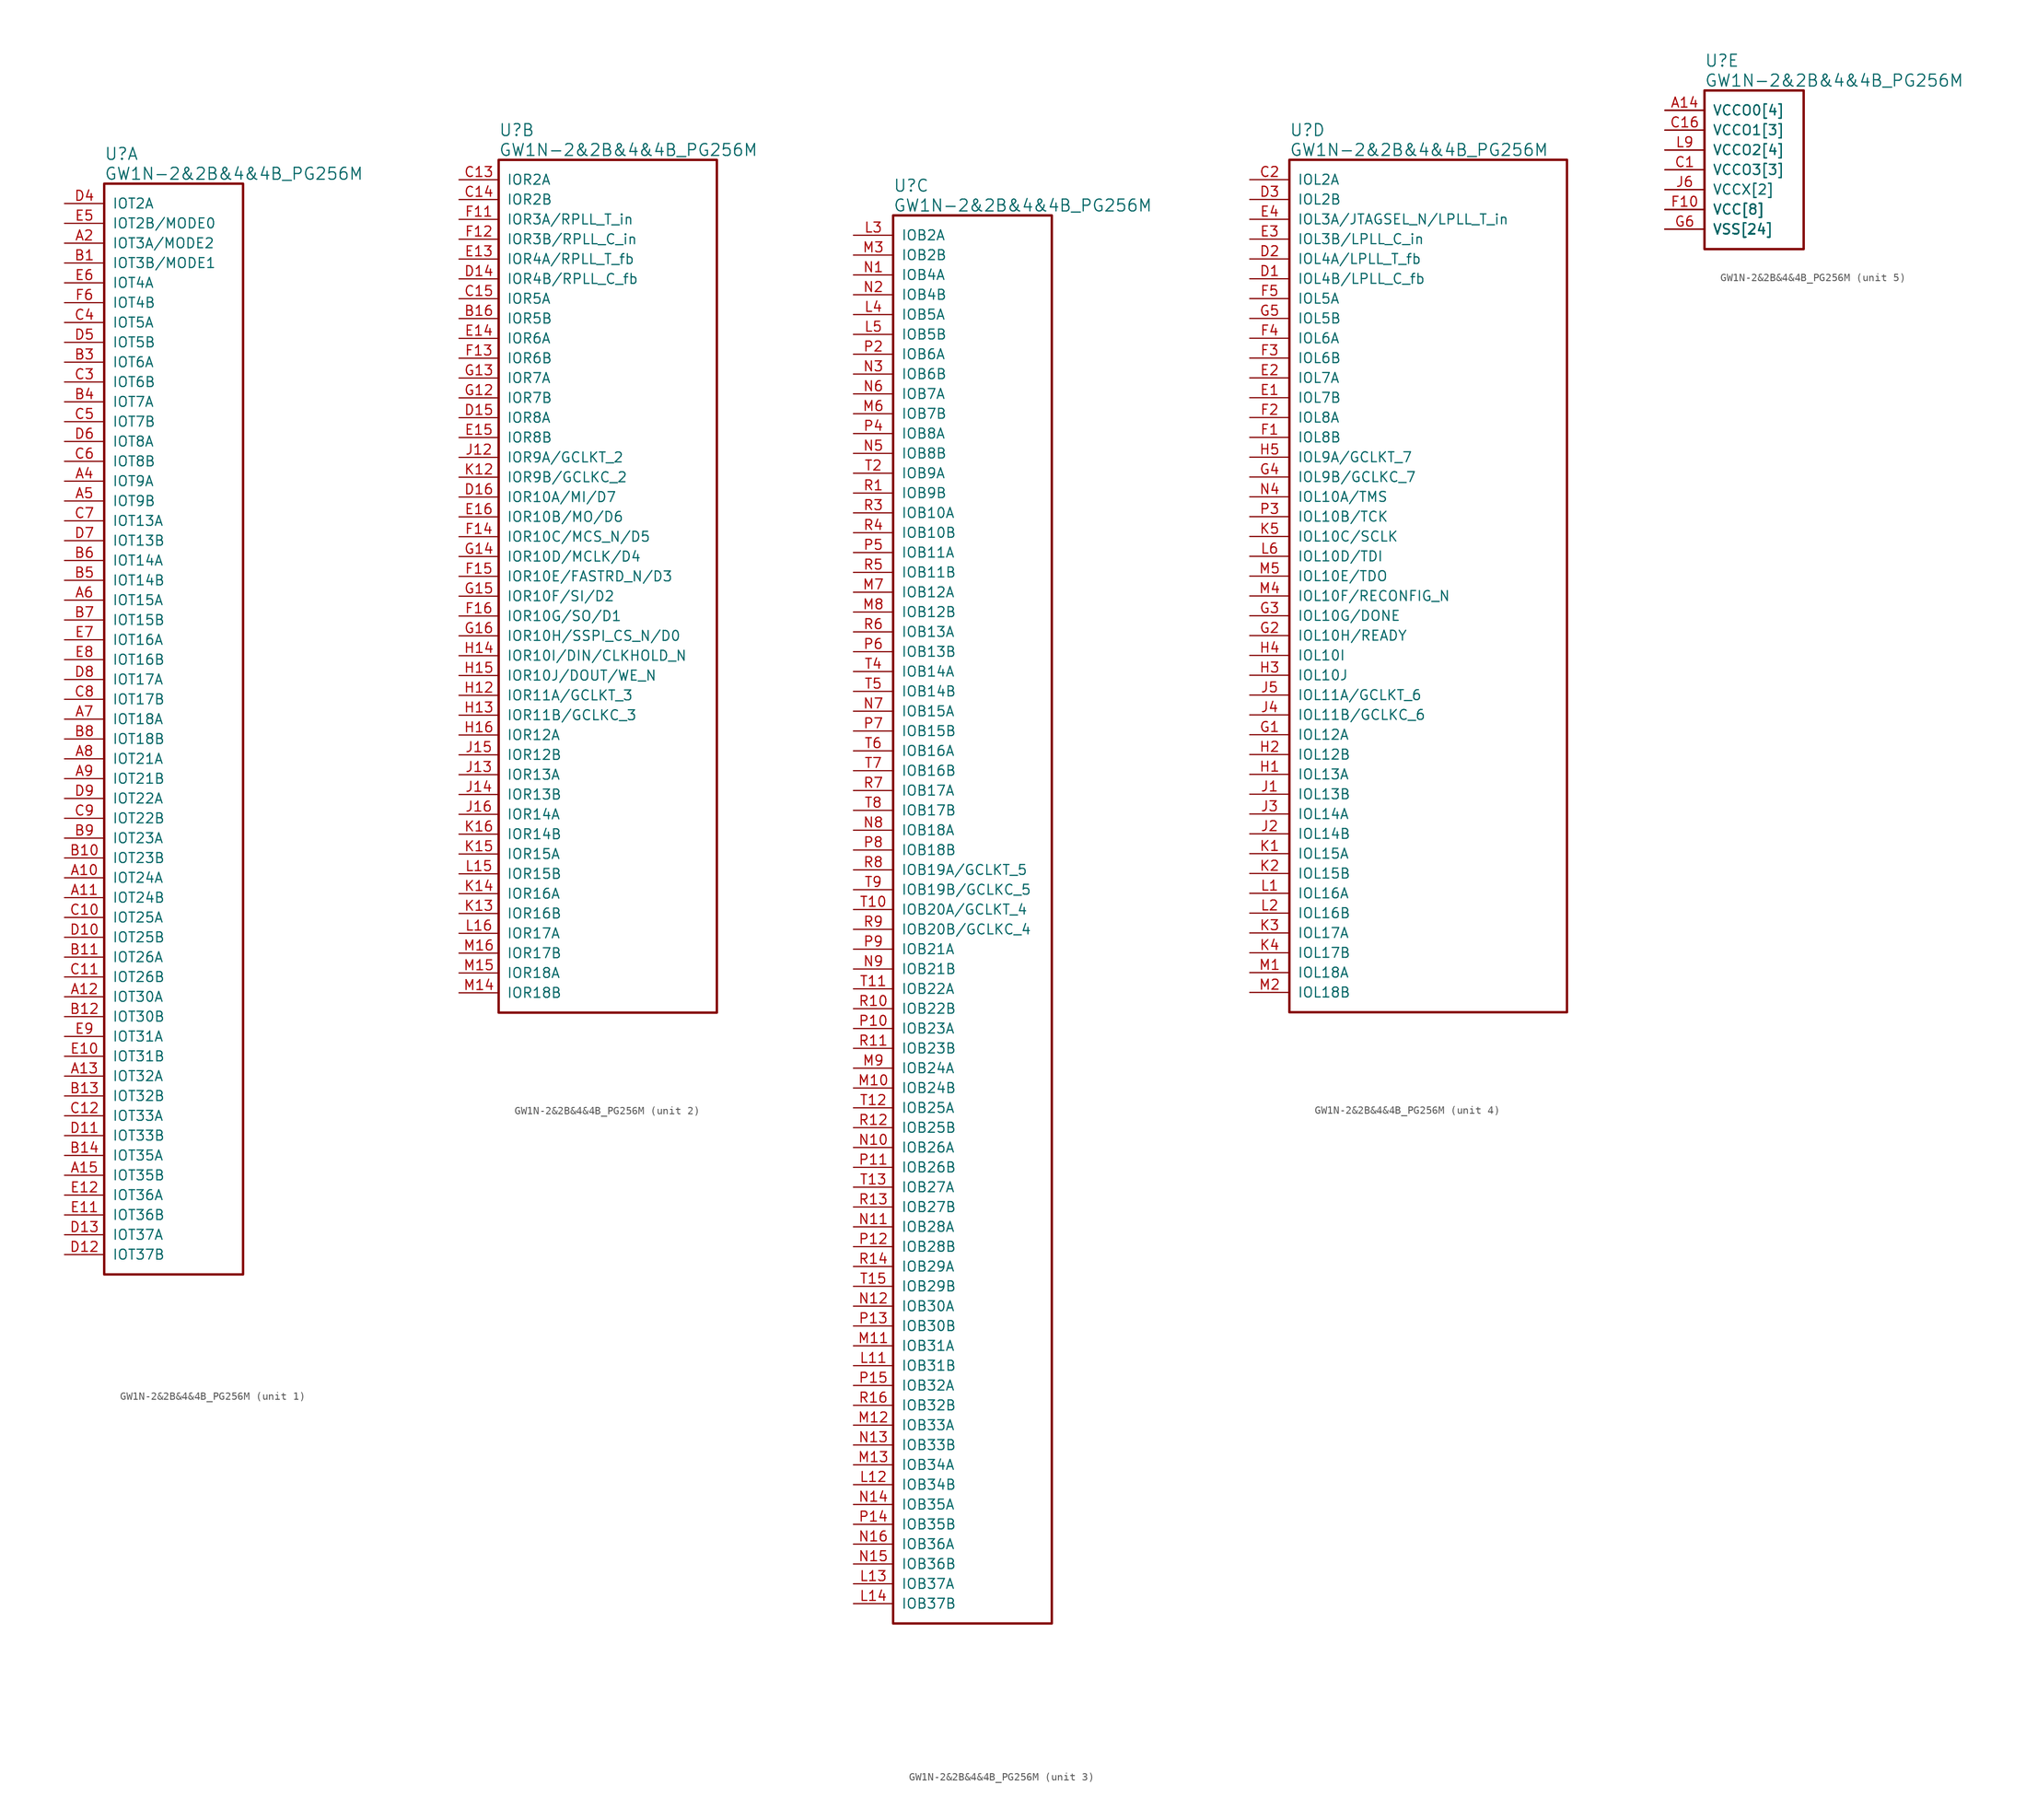
<source format=kicad_sym>
(kicad_symbol_lib
  (version 20241209)
  (generator "kicad_symbol_editor")
  (generator_version "9.0")
  (symbol "GW1N-2&2B&4&4B_PG256M"
    (pin_names
      (offset 1.016))
    (property "Reference" "U"
      (at 5.08 6.35 0)
      (effects (font (size 1.524 1.524)) (justify left)))
    (property "Value" "GW1N-2&2B&4&4B_PG256M"
      (at 5.08 3.81 0)
      (effects (font (size 1.524 1.524)) (justify left)))
    (property "ki_locked" ""
      (at 0 0 0)
      (effects (font (size 1.27 1.27))))
    (symbol "GW1N-2&2B&4&4B_PG256M_1_1"
      (rectangle (start 5.08 2.54) (end 22.86 -137.16) (stroke (width 0.305) (type solid)) (fill (type none)))
      (pin bidirectional line (at 0 0 0) (length 5.08) (name "IOT2A" (effects (font (size 1.27 1.27)))) (number "D4" (effects (font (size 1.27 1.27)))))
      (pin bidirectional line (at 0 -2.54 0) (length 5.08) (name "IOT2B/MODE0" (effects (font (size 1.27 1.27)))) (number "E5" (effects (font (size 1.27 1.27)))))
      (pin bidirectional line (at 0 -5.08 0) (length 5.08) (name "IOT3A/MODE2" (effects (font (size 1.27 1.27)))) (number "A2" (effects (font (size 1.27 1.27)))))
      (pin bidirectional line (at 0 -7.62 0) (length 5.08) (name "IOT3B/MODE1" (effects (font (size 1.27 1.27)))) (number "B1" (effects (font (size 1.27 1.27)))))
      (pin bidirectional line (at 0 -10.16 0) (length 5.08) (name "IOT4A" (effects (font (size 1.27 1.27)))) (number "E6" (effects (font (size 1.27 1.27)))))
      (pin bidirectional line (at 0 -12.7 0) (length 5.08) (name "IOT4B" (effects (font (size 1.27 1.27)))) (number "F6" (effects (font (size 1.27 1.27)))))
      (pin bidirectional line (at 0 -15.24 0) (length 5.08) (name "IOT5A" (effects (font (size 1.27 1.27)))) (number "C4" (effects (font (size 1.27 1.27)))))
      (pin bidirectional line (at 0 -17.78 0) (length 5.08) (name "IOT5B" (effects (font (size 1.27 1.27)))) (number "D5" (effects (font (size 1.27 1.27)))))
      (pin bidirectional line (at 0 -20.32 0) (length 5.08) (name "IOT6A" (effects (font (size 1.27 1.27)))) (number "B3" (effects (font (size 1.27 1.27)))))
      (pin bidirectional line (at 0 -22.86 0) (length 5.08) (name "IOT6B" (effects (font (size 1.27 1.27)))) (number "C3" (effects (font (size 1.27 1.27)))))
      (pin bidirectional line (at 0 -25.4 0) (length 5.08) (name "IOT7A" (effects (font (size 1.27 1.27)))) (number "B4" (effects (font (size 1.27 1.27)))))
      (pin bidirectional line (at 0 -27.94 0) (length 5.08) (name "IOT7B" (effects (font (size 1.27 1.27)))) (number "C5" (effects (font (size 1.27 1.27)))))
      (pin bidirectional line (at 0 -30.48 0) (length 5.08) (name "IOT8A" (effects (font (size 1.27 1.27)))) (number "D6" (effects (font (size 1.27 1.27)))))
      (pin bidirectional line (at 0 -33.02 0) (length 5.08) (name "IOT8B" (effects (font (size 1.27 1.27)))) (number "C6" (effects (font (size 1.27 1.27)))))
      (pin bidirectional line (at 0 -35.56 0) (length 5.08) (name "IOT9A" (effects (font (size 1.27 1.27)))) (number "A4" (effects (font (size 1.27 1.27)))))
      (pin bidirectional line (at 0 -38.1 0) (length 5.08) (name "IOT9B" (effects (font (size 1.27 1.27)))) (number "A5" (effects (font (size 1.27 1.27)))))
      (pin bidirectional line (at 0 -40.64 0) (length 5.08) (name "IOT13A" (effects (font (size 1.27 1.27)))) (number "C7" (effects (font (size 1.27 1.27)))))
      (pin bidirectional line (at 0 -43.18 0) (length 5.08) (name "IOT13B" (effects (font (size 1.27 1.27)))) (number "D7" (effects (font (size 1.27 1.27)))))
      (pin bidirectional line (at 0 -45.72 0) (length 5.08) (name "IOT14A" (effects (font (size 1.27 1.27)))) (number "B6" (effects (font (size 1.27 1.27)))))
      (pin bidirectional line (at 0 -48.26 0) (length 5.08) (name "IOT14B" (effects (font (size 1.27 1.27)))) (number "B5" (effects (font (size 1.27 1.27)))))
      (pin bidirectional line (at 0 -50.8 0) (length 5.08) (name "IOT15A" (effects (font (size 1.27 1.27)))) (number "A6" (effects (font (size 1.27 1.27)))))
      (pin bidirectional line (at 0 -53.34 0) (length 5.08) (name "IOT15B" (effects (font (size 1.27 1.27)))) (number "B7" (effects (font (size 1.27 1.27)))))
      (pin bidirectional line (at 0 -55.88 0) (length 5.08) (name "IOT16A" (effects (font (size 1.27 1.27)))) (number "E7" (effects (font (size 1.27 1.27)))))
      (pin bidirectional line (at 0 -58.42 0) (length 5.08) (name "IOT16B" (effects (font (size 1.27 1.27)))) (number "E8" (effects (font (size 1.27 1.27)))))
      (pin bidirectional line (at 0 -60.96 0) (length 5.08) (name "IOT17A" (effects (font (size 1.27 1.27)))) (number "D8" (effects (font (size 1.27 1.27)))))
      (pin bidirectional line (at 0 -63.5 0) (length 5.08) (name "IOT17B" (effects (font (size 1.27 1.27)))) (number "C8" (effects (font (size 1.27 1.27)))))
      (pin bidirectional line (at 0 -66.04 0) (length 5.08) (name "IOT18A" (effects (font (size 1.27 1.27)))) (number "A7" (effects (font (size 1.27 1.27)))))
      (pin bidirectional line (at 0 -68.58 0) (length 5.08) (name "IOT18B" (effects (font (size 1.27 1.27)))) (number "B8" (effects (font (size 1.27 1.27)))))
      (pin bidirectional line (at 0 -71.12 0) (length 5.08) (name "IOT21A" (effects (font (size 1.27 1.27)))) (number "A8" (effects (font (size 1.27 1.27)))))
      (pin bidirectional line (at 0 -73.66 0) (length 5.08) (name "IOT21B" (effects (font (size 1.27 1.27)))) (number "A9" (effects (font (size 1.27 1.27)))))
      (pin bidirectional line (at 0 -76.2 0) (length 5.08) (name "IOT22A" (effects (font (size 1.27 1.27)))) (number "D9" (effects (font (size 1.27 1.27)))))
      (pin bidirectional line (at 0 -78.74 0) (length 5.08) (name "IOT22B" (effects (font (size 1.27 1.27)))) (number "C9" (effects (font (size 1.27 1.27)))))
      (pin bidirectional line (at 0 -81.28 0) (length 5.08) (name "IOT23A" (effects (font (size 1.27 1.27)))) (number "B9" (effects (font (size 1.27 1.27)))))
      (pin bidirectional line (at 0 -83.82 0) (length 5.08) (name "IOT23B" (effects (font (size 1.27 1.27)))) (number "B10" (effects (font (size 1.27 1.27)))))
      (pin bidirectional line (at 0 -86.36 0) (length 5.08) (name "IOT24A" (effects (font (size 1.27 1.27)))) (number "A10" (effects (font (size 1.27 1.27)))))
      (pin bidirectional line (at 0 -88.9 0) (length 5.08) (name "IOT24B" (effects (font (size 1.27 1.27)))) (number "A11" (effects (font (size 1.27 1.27)))))
      (pin bidirectional line (at 0 -91.44 0) (length 5.08) (name "IOT25A" (effects (font (size 1.27 1.27)))) (number "C10" (effects (font (size 1.27 1.27)))))
      (pin bidirectional line (at 0 -93.98 0) (length 5.08) (name "IOT25B" (effects (font (size 1.27 1.27)))) (number "D10" (effects (font (size 1.27 1.27)))))
      (pin bidirectional line (at 0 -96.52 0) (length 5.08) (name "IOT26A" (effects (font (size 1.27 1.27)))) (number "B11" (effects (font (size 1.27 1.27)))))
      (pin bidirectional line (at 0 -99.06 0) (length 5.08) (name "IOT26B" (effects (font (size 1.27 1.27)))) (number "C11" (effects (font (size 1.27 1.27)))))
      (pin bidirectional line (at 0 -101.6 0) (length 5.08) (name "IOT30A" (effects (font (size 1.27 1.27)))) (number "A12" (effects (font (size 1.27 1.27)))))
      (pin bidirectional line (at 0 -104.14 0) (length 5.08) (name "IOT30B" (effects (font (size 1.27 1.27)))) (number "B12" (effects (font (size 1.27 1.27)))))
      (pin bidirectional line (at 0 -106.68 0) (length 5.08) (name "IOT31A" (effects (font (size 1.27 1.27)))) (number "E9" (effects (font (size 1.27 1.27)))))
      (pin bidirectional line (at 0 -109.22 0) (length 5.08) (name "IOT31B" (effects (font (size 1.27 1.27)))) (number "E10" (effects (font (size 1.27 1.27)))))
      (pin bidirectional line (at 0 -111.76 0) (length 5.08) (name "IOT32A" (effects (font (size 1.27 1.27)))) (number "A13" (effects (font (size 1.27 1.27)))))
      (pin bidirectional line (at 0 -114.3 0) (length 5.08) (name "IOT32B" (effects (font (size 1.27 1.27)))) (number "B13" (effects (font (size 1.27 1.27)))))
      (pin bidirectional line (at 0 -116.84 0) (length 5.08) (name "IOT33A" (effects (font (size 1.27 1.27)))) (number "C12" (effects (font (size 1.27 1.27)))))
      (pin bidirectional line (at 0 -119.38 0) (length 5.08) (name "IOT33B" (effects (font (size 1.27 1.27)))) (number "D11" (effects (font (size 1.27 1.27)))))
      (pin bidirectional line (at 0 -121.92 0) (length 5.08) (name "IOT35A" (effects (font (size 1.27 1.27)))) (number "B14" (effects (font (size 1.27 1.27)))))
      (pin bidirectional line (at 0 -124.46 0) (length 5.08) (name "IOT35B" (effects (font (size 1.27 1.27)))) (number "A15" (effects (font (size 1.27 1.27)))))
      (pin bidirectional line (at 0 -127 0) (length 5.08) (name "IOT36A" (effects (font (size 1.27 1.27)))) (number "E12" (effects (font (size 1.27 1.27)))))
      (pin bidirectional line (at 0 -129.54 0) (length 5.08) (name "IOT36B" (effects (font (size 1.27 1.27)))) (number "E11" (effects (font (size 1.27 1.27)))))
      (pin bidirectional line (at 0 -132.08 0) (length 5.08) (name "IOT37A" (effects (font (size 1.27 1.27)))) (number "D13" (effects (font (size 1.27 1.27)))))
      (pin bidirectional line (at 0 -134.62 0) (length 5.08) (name "IOT37B" (effects (font (size 1.27 1.27)))) (number "D12" (effects (font (size 1.27 1.27))))))
    (symbol "GW1N-2&2B&4&4B_PG256M_2_1"
      (rectangle (start 5.08 2.54) (end 33.02 -106.68) (stroke (width 0.305) (type solid)) (fill (type none)))
      (pin bidirectional line (at 0 0 0) (length 5.08) (name "IOR2A" (effects (font (size 1.27 1.27)))) (number "C13" (effects (font (size 1.27 1.27)))))
      (pin bidirectional line (at 0 -2.54 0) (length 5.08) (name "IOR2B" (effects (font (size 1.27 1.27)))) (number "C14" (effects (font (size 1.27 1.27)))))
      (pin bidirectional line (at 0 -5.08 0) (length 5.08) (name "IOR3A/RPLL_T_in" (effects (font (size 1.27 1.27)))) (number "F11" (effects (font (size 1.27 1.27)))))
      (pin bidirectional line (at 0 -7.62 0) (length 5.08) (name "IOR3B/RPLL_C_in" (effects (font (size 1.27 1.27)))) (number "F12" (effects (font (size 1.27 1.27)))))
      (pin bidirectional line (at 0 -10.16 0) (length 5.08) (name "IOR4A/RPLL_T_fb" (effects (font (size 1.27 1.27)))) (number "E13" (effects (font (size 1.27 1.27)))))
      (pin bidirectional line (at 0 -12.7 0) (length 5.08) (name "IOR4B/RPLL_C_fb" (effects (font (size 1.27 1.27)))) (number "D14" (effects (font (size 1.27 1.27)))))
      (pin bidirectional line (at 0 -15.24 0) (length 5.08) (name "IOR5A" (effects (font (size 1.27 1.27)))) (number "C15" (effects (font (size 1.27 1.27)))))
      (pin bidirectional line (at 0 -17.78 0) (length 5.08) (name "IOR5B" (effects (font (size 1.27 1.27)))) (number "B16" (effects (font (size 1.27 1.27)))))
      (pin bidirectional line (at 0 -20.32 0) (length 5.08) (name "IOR6A" (effects (font (size 1.27 1.27)))) (number "E14" (effects (font (size 1.27 1.27)))))
      (pin bidirectional line (at 0 -22.86 0) (length 5.08) (name "IOR6B" (effects (font (size 1.27 1.27)))) (number "F13" (effects (font (size 1.27 1.27)))))
      (pin bidirectional line (at 0 -25.4 0) (length 5.08) (name "IOR7A" (effects (font (size 1.27 1.27)))) (number "G13" (effects (font (size 1.27 1.27)))))
      (pin bidirectional line (at 0 -27.94 0) (length 5.08) (name "IOR7B" (effects (font (size 1.27 1.27)))) (number "G12" (effects (font (size 1.27 1.27)))))
      (pin bidirectional line (at 0 -30.48 0) (length 5.08) (name "IOR8A" (effects (font (size 1.27 1.27)))) (number "D15" (effects (font (size 1.27 1.27)))))
      (pin bidirectional line (at 0 -33.02 0) (length 5.08) (name "IOR8B" (effects (font (size 1.27 1.27)))) (number "E15" (effects (font (size 1.27 1.27)))))
      (pin bidirectional line (at 0 -35.56 0) (length 5.08) (name "IOR9A/GCLKT_2" (effects (font (size 1.27 1.27)))) (number "J12" (effects (font (size 1.27 1.27)))))
      (pin bidirectional line (at 0 -38.1 0) (length 5.08) (name "IOR9B/GCLKC_2" (effects (font (size 1.27 1.27)))) (number "K12" (effects (font (size 1.27 1.27)))))
      (pin bidirectional line (at 0 -40.64 0) (length 5.08) (name "IOR10A/MI/D7" (effects (font (size 1.27 1.27)))) (number "D16" (effects (font (size 1.27 1.27)))))
      (pin bidirectional line (at 0 -43.18 0) (length 5.08) (name "IOR10B/MO/D6" (effects (font (size 1.27 1.27)))) (number "E16" (effects (font (size 1.27 1.27)))))
      (pin bidirectional line (at 0 -45.72 0) (length 5.08) (name "IOR10C/MCS_N/D5" (effects (font (size 1.27 1.27)))) (number "F14" (effects (font (size 1.27 1.27)))))
      (pin bidirectional line (at 0 -48.26 0) (length 5.08) (name "IOR10D/MCLK/D4" (effects (font (size 1.27 1.27)))) (number "G14" (effects (font (size 1.27 1.27)))))
      (pin bidirectional line (at 0 -50.8 0) (length 5.08) (name "IOR10E/FASTRD_N/D3" (effects (font (size 1.27 1.27)))) (number "F15" (effects (font (size 1.27 1.27)))))
      (pin bidirectional line (at 0 -53.34 0) (length 5.08) (name "IOR10F/SI/D2" (effects (font (size 1.27 1.27)))) (number "G15" (effects (font (size 1.27 1.27)))))
      (pin bidirectional line (at 0 -55.88 0) (length 5.08) (name "IOR10G/SO/D1" (effects (font (size 1.27 1.27)))) (number "F16" (effects (font (size 1.27 1.27)))))
      (pin bidirectional line (at 0 -58.42 0) (length 5.08) (name "IOR10H/SSPI_CS_N/D0" (effects (font (size 1.27 1.27)))) (number "G16" (effects (font (size 1.27 1.27)))))
      (pin bidirectional line (at 0 -60.96 0) (length 5.08) (name "IOR10I/DIN/CLKHOLD_N" (effects (font (size 1.27 1.27)))) (number "H14" (effects (font (size 1.27 1.27)))))
      (pin bidirectional line (at 0 -63.5 0) (length 5.08) (name "IOR10J/DOUT/WE_N" (effects (font (size 1.27 1.27)))) (number "H15" (effects (font (size 1.27 1.27)))))
      (pin bidirectional line (at 0 -66.04 0) (length 5.08) (name "IOR11A/GCLKT_3" (effects (font (size 1.27 1.27)))) (number "H12" (effects (font (size 1.27 1.27)))))
      (pin bidirectional line (at 0 -68.58 0) (length 5.08) (name "IOR11B/GCLKC_3" (effects (font (size 1.27 1.27)))) (number "H13" (effects (font (size 1.27 1.27)))))
      (pin bidirectional line (at 0 -71.12 0) (length 5.08) (name "IOR12A" (effects (font (size 1.27 1.27)))) (number "H16" (effects (font (size 1.27 1.27)))))
      (pin bidirectional line (at 0 -73.66 0) (length 5.08) (name "IOR12B" (effects (font (size 1.27 1.27)))) (number "J15" (effects (font (size 1.27 1.27)))))
      (pin bidirectional line (at 0 -76.2 0) (length 5.08) (name "IOR13A" (effects (font (size 1.27 1.27)))) (number "J13" (effects (font (size 1.27 1.27)))))
      (pin bidirectional line (at 0 -78.74 0) (length 5.08) (name "IOR13B" (effects (font (size 1.27 1.27)))) (number "J14" (effects (font (size 1.27 1.27)))))
      (pin bidirectional line (at 0 -81.28 0) (length 5.08) (name "IOR14A" (effects (font (size 1.27 1.27)))) (number "J16" (effects (font (size 1.27 1.27)))))
      (pin bidirectional line (at 0 -83.82 0) (length 5.08) (name "IOR14B" (effects (font (size 1.27 1.27)))) (number "K16" (effects (font (size 1.27 1.27)))))
      (pin bidirectional line (at 0 -86.36 0) (length 5.08) (name "IOR15A" (effects (font (size 1.27 1.27)))) (number "K15" (effects (font (size 1.27 1.27)))))
      (pin bidirectional line (at 0 -88.9 0) (length 5.08) (name "IOR15B" (effects (font (size 1.27 1.27)))) (number "L15" (effects (font (size 1.27 1.27)))))
      (pin bidirectional line (at 0 -91.44 0) (length 5.08) (name "IOR16A" (effects (font (size 1.27 1.27)))) (number "K14" (effects (font (size 1.27 1.27)))))
      (pin bidirectional line (at 0 -93.98 0) (length 5.08) (name "IOR16B" (effects (font (size 1.27 1.27)))) (number "K13" (effects (font (size 1.27 1.27)))))
      (pin bidirectional line (at 0 -96.52 0) (length 5.08) (name "IOR17A" (effects (font (size 1.27 1.27)))) (number "L16" (effects (font (size 1.27 1.27)))))
      (pin bidirectional line (at 0 -99.06 0) (length 5.08) (name "IOR17B" (effects (font (size 1.27 1.27)))) (number "M16" (effects (font (size 1.27 1.27)))))
      (pin bidirectional line (at 0 -101.6 0) (length 5.08) (name "IOR18A" (effects (font (size 1.27 1.27)))) (number "M15" (effects (font (size 1.27 1.27)))))
      (pin bidirectional line (at 0 -104.14 0) (length 5.08) (name "IOR18B" (effects (font (size 1.27 1.27)))) (number "M14" (effects (font (size 1.27 1.27))))))
    (symbol "GW1N-2&2B&4&4B_PG256M_3_1"
      (rectangle (start 5.08 2.54) (end 25.4 -177.8) (stroke (width 0.305) (type solid)) (fill (type none)))
      (pin bidirectional line (at 0 0 0) (length 5.08) (name "IOB2A" (effects (font (size 1.27 1.27)))) (number "L3" (effects (font (size 1.27 1.27)))))
      (pin bidirectional line (at 0 -2.54 0) (length 5.08) (name "IOB2B" (effects (font (size 1.27 1.27)))) (number "M3" (effects (font (size 1.27 1.27)))))
      (pin bidirectional line (at 0 -5.08 0) (length 5.08) (name "IOB4A" (effects (font (size 1.27 1.27)))) (number "N1" (effects (font (size 1.27 1.27)))))
      (pin bidirectional line (at 0 -7.62 0) (length 5.08) (name "IOB4B" (effects (font (size 1.27 1.27)))) (number "N2" (effects (font (size 1.27 1.27)))))
      (pin bidirectional line (at 0 -10.16 0) (length 5.08) (name "IOB5A" (effects (font (size 1.27 1.27)))) (number "L4" (effects (font (size 1.27 1.27)))))
      (pin bidirectional line (at 0 -12.7 0) (length 5.08) (name "IOB5B" (effects (font (size 1.27 1.27)))) (number "L5" (effects (font (size 1.27 1.27)))))
      (pin bidirectional line (at 0 -15.24 0) (length 5.08) (name "IOB6A" (effects (font (size 1.27 1.27)))) (number "P2" (effects (font (size 1.27 1.27)))))
      (pin bidirectional line (at 0 -17.78 0) (length 5.08) (name "IOB6B" (effects (font (size 1.27 1.27)))) (number "N3" (effects (font (size 1.27 1.27)))))
      (pin bidirectional line (at 0 -20.32 0) (length 5.08) (name "IOB7A" (effects (font (size 1.27 1.27)))) (number "N6" (effects (font (size 1.27 1.27)))))
      (pin bidirectional line (at 0 -22.86 0) (length 5.08) (name "IOB7B" (effects (font (size 1.27 1.27)))) (number "M6" (effects (font (size 1.27 1.27)))))
      (pin bidirectional line (at 0 -25.4 0) (length 5.08) (name "IOB8A" (effects (font (size 1.27 1.27)))) (number "P4" (effects (font (size 1.27 1.27)))))
      (pin bidirectional line (at 0 -27.94 0) (length 5.08) (name "IOB8B" (effects (font (size 1.27 1.27)))) (number "N5" (effects (font (size 1.27 1.27)))))
      (pin bidirectional line (at 0 -30.48 0) (length 5.08) (name "IOB9A" (effects (font (size 1.27 1.27)))) (number "T2" (effects (font (size 1.27 1.27)))))
      (pin bidirectional line (at 0 -33.02 0) (length 5.08) (name "IOB9B" (effects (font (size 1.27 1.27)))) (number "R1" (effects (font (size 1.27 1.27)))))
      (pin bidirectional line (at 0 -35.56 0) (length 5.08) (name "IOB10A" (effects (font (size 1.27 1.27)))) (number "R3" (effects (font (size 1.27 1.27)))))
      (pin bidirectional line (at 0 -38.1 0) (length 5.08) (name "IOB10B" (effects (font (size 1.27 1.27)))) (number "R4" (effects (font (size 1.27 1.27)))))
      (pin bidirectional line (at 0 -40.64 0) (length 5.08) (name "IOB11A" (effects (font (size 1.27 1.27)))) (number "P5" (effects (font (size 1.27 1.27)))))
      (pin bidirectional line (at 0 -43.18 0) (length 5.08) (name "IOB11B" (effects (font (size 1.27 1.27)))) (number "R5" (effects (font (size 1.27 1.27)))))
      (pin bidirectional line (at 0 -45.72 0) (length 5.08) (name "IOB12A" (effects (font (size 1.27 1.27)))) (number "M7" (effects (font (size 1.27 1.27)))))
      (pin bidirectional line (at 0 -48.26 0) (length 5.08) (name "IOB12B" (effects (font (size 1.27 1.27)))) (number "M8" (effects (font (size 1.27 1.27)))))
      (pin bidirectional line (at 0 -50.8 0) (length 5.08) (name "IOB13A" (effects (font (size 1.27 1.27)))) (number "R6" (effects (font (size 1.27 1.27)))))
      (pin bidirectional line (at 0 -53.34 0) (length 5.08) (name "IOB13B" (effects (font (size 1.27 1.27)))) (number "P6" (effects (font (size 1.27 1.27)))))
      (pin bidirectional line (at 0 -55.88 0) (length 5.08) (name "IOB14A" (effects (font (size 1.27 1.27)))) (number "T4" (effects (font (size 1.27 1.27)))))
      (pin bidirectional line (at 0 -58.42 0) (length 5.08) (name "IOB14B" (effects (font (size 1.27 1.27)))) (number "T5" (effects (font (size 1.27 1.27)))))
      (pin bidirectional line (at 0 -60.96 0) (length 5.08) (name "IOB15A" (effects (font (size 1.27 1.27)))) (number "N7" (effects (font (size 1.27 1.27)))))
      (pin bidirectional line (at 0 -63.5 0) (length 5.08) (name "IOB15B" (effects (font (size 1.27 1.27)))) (number "P7" (effects (font (size 1.27 1.27)))))
      (pin bidirectional line (at 0 -66.04 0) (length 5.08) (name "IOB16A" (effects (font (size 1.27 1.27)))) (number "T6" (effects (font (size 1.27 1.27)))))
      (pin bidirectional line (at 0 -68.58 0) (length 5.08) (name "IOB16B" (effects (font (size 1.27 1.27)))) (number "T7" (effects (font (size 1.27 1.27)))))
      (pin bidirectional line (at 0 -71.12 0) (length 5.08) (name "IOB17A" (effects (font (size 1.27 1.27)))) (number "R7" (effects (font (size 1.27 1.27)))))
      (pin bidirectional line (at 0 -73.66 0) (length 5.08) (name "IOB17B" (effects (font (size 1.27 1.27)))) (number "T8" (effects (font (size 1.27 1.27)))))
      (pin bidirectional line (at 0 -76.2 0) (length 5.08) (name "IOB18A" (effects (font (size 1.27 1.27)))) (number "N8" (effects (font (size 1.27 1.27)))))
      (pin bidirectional line (at 0 -78.74 0) (length 5.08) (name "IOB18B" (effects (font (size 1.27 1.27)))) (number "P8" (effects (font (size 1.27 1.27)))))
      (pin bidirectional line (at 0 -81.28 0) (length 5.08) (name "IOB19A/GCLKT_5" (effects (font (size 1.27 1.27)))) (number "R8" (effects (font (size 1.27 1.27)))))
      (pin bidirectional line (at 0 -83.82 0) (length 5.08) (name "IOB19B/GCLKC_5" (effects (font (size 1.27 1.27)))) (number "T9" (effects (font (size 1.27 1.27)))))
      (pin bidirectional line (at 0 -86.36 0) (length 5.08) (name "IOB20A/GCLKT_4" (effects (font (size 1.27 1.27)))) (number "T10" (effects (font (size 1.27 1.27)))))
      (pin bidirectional line (at 0 -88.9 0) (length 5.08) (name "IOB20B/GCLKC_4" (effects (font (size 1.27 1.27)))) (number "R9" (effects (font (size 1.27 1.27)))))
      (pin bidirectional line (at 0 -91.44 0) (length 5.08) (name "IOB21A" (effects (font (size 1.27 1.27)))) (number "P9" (effects (font (size 1.27 1.27)))))
      (pin bidirectional line (at 0 -93.98 0) (length 5.08) (name "IOB21B" (effects (font (size 1.27 1.27)))) (number "N9" (effects (font (size 1.27 1.27)))))
      (pin bidirectional line (at 0 -96.52 0) (length 5.08) (name "IOB22A" (effects (font (size 1.27 1.27)))) (number "T11" (effects (font (size 1.27 1.27)))))
      (pin bidirectional line (at 0 -99.06 0) (length 5.08) (name "IOB22B" (effects (font (size 1.27 1.27)))) (number "R10" (effects (font (size 1.27 1.27)))))
      (pin bidirectional line (at 0 -101.6 0) (length 5.08) (name "IOB23A" (effects (font (size 1.27 1.27)))) (number "P10" (effects (font (size 1.27 1.27)))))
      (pin bidirectional line (at 0 -104.14 0) (length 5.08) (name "IOB23B" (effects (font (size 1.27 1.27)))) (number "R11" (effects (font (size 1.27 1.27)))))
      (pin bidirectional line (at 0 -106.68 0) (length 5.08) (name "IOB24A" (effects (font (size 1.27 1.27)))) (number "M9" (effects (font (size 1.27 1.27)))))
      (pin bidirectional line (at 0 -109.22 0) (length 5.08) (name "IOB24B" (effects (font (size 1.27 1.27)))) (number "M10" (effects (font (size 1.27 1.27)))))
      (pin bidirectional line (at 0 -111.76 0) (length 5.08) (name "IOB25A" (effects (font (size 1.27 1.27)))) (number "T12" (effects (font (size 1.27 1.27)))))
      (pin bidirectional line (at 0 -114.3 0) (length 5.08) (name "IOB25B" (effects (font (size 1.27 1.27)))) (number "R12" (effects (font (size 1.27 1.27)))))
      (pin bidirectional line (at 0 -116.84 0) (length 5.08) (name "IOB26A" (effects (font (size 1.27 1.27)))) (number "N10" (effects (font (size 1.27 1.27)))))
      (pin bidirectional line (at 0 -119.38 0) (length 5.08) (name "IOB26B" (effects (font (size 1.27 1.27)))) (number "P11" (effects (font (size 1.27 1.27)))))
      (pin bidirectional line (at 0 -121.92 0) (length 5.08) (name "IOB27A" (effects (font (size 1.27 1.27)))) (number "T13" (effects (font (size 1.27 1.27)))))
      (pin bidirectional line (at 0 -124.46 0) (length 5.08) (name "IOB27B" (effects (font (size 1.27 1.27)))) (number "R13" (effects (font (size 1.27 1.27)))))
      (pin bidirectional line (at 0 -127 0) (length 5.08) (name "IOB28A" (effects (font (size 1.27 1.27)))) (number "N11" (effects (font (size 1.27 1.27)))))
      (pin bidirectional line (at 0 -129.54 0) (length 5.08) (name "IOB28B" (effects (font (size 1.27 1.27)))) (number "P12" (effects (font (size 1.27 1.27)))))
      (pin bidirectional line (at 0 -132.08 0) (length 5.08) (name "IOB29A" (effects (font (size 1.27 1.27)))) (number "R14" (effects (font (size 1.27 1.27)))))
      (pin bidirectional line (at 0 -134.62 0) (length 5.08) (name "IOB29B" (effects (font (size 1.27 1.27)))) (number "T15" (effects (font (size 1.27 1.27)))))
      (pin bidirectional line (at 0 -137.16 0) (length 5.08) (name "IOB30A" (effects (font (size 1.27 1.27)))) (number "N12" (effects (font (size 1.27 1.27)))))
      (pin bidirectional line (at 0 -139.7 0) (length 5.08) (name "IOB30B" (effects (font (size 1.27 1.27)))) (number "P13" (effects (font (size 1.27 1.27)))))
      (pin bidirectional line (at 0 -142.24 0) (length 5.08) (name "IOB31A" (effects (font (size 1.27 1.27)))) (number "M11" (effects (font (size 1.27 1.27)))))
      (pin bidirectional line (at 0 -144.78 0) (length 5.08) (name "IOB31B" (effects (font (size 1.27 1.27)))) (number "L11" (effects (font (size 1.27 1.27)))))
      (pin bidirectional line (at 0 -147.32 0) (length 5.08) (name "IOB32A" (effects (font (size 1.27 1.27)))) (number "P15" (effects (font (size 1.27 1.27)))))
      (pin bidirectional line (at 0 -149.86 0) (length 5.08) (name "IOB32B" (effects (font (size 1.27 1.27)))) (number "R16" (effects (font (size 1.27 1.27)))))
      (pin bidirectional line (at 0 -152.4 0) (length 5.08) (name "IOB33A" (effects (font (size 1.27 1.27)))) (number "M12" (effects (font (size 1.27 1.27)))))
      (pin bidirectional line (at 0 -154.94 0) (length 5.08) (name "IOB33B" (effects (font (size 1.27 1.27)))) (number "N13" (effects (font (size 1.27 1.27)))))
      (pin bidirectional line (at 0 -157.48 0) (length 5.08) (name "IOB34A" (effects (font (size 1.27 1.27)))) (number "M13" (effects (font (size 1.27 1.27)))))
      (pin bidirectional line (at 0 -160.02 0) (length 5.08) (name "IOB34B" (effects (font (size 1.27 1.27)))) (number "L12" (effects (font (size 1.27 1.27)))))
      (pin bidirectional line (at 0 -162.56 0) (length 5.08) (name "IOB35A" (effects (font (size 1.27 1.27)))) (number "N14" (effects (font (size 1.27 1.27)))))
      (pin bidirectional line (at 0 -165.1 0) (length 5.08) (name "IOB35B" (effects (font (size 1.27 1.27)))) (number "P14" (effects (font (size 1.27 1.27)))))
      (pin bidirectional line (at 0 -167.64 0) (length 5.08) (name "IOB36A" (effects (font (size 1.27 1.27)))) (number "N16" (effects (font (size 1.27 1.27)))))
      (pin bidirectional line (at 0 -170.18 0) (length 5.08) (name "IOB36B" (effects (font (size 1.27 1.27)))) (number "N15" (effects (font (size 1.27 1.27)))))
      (pin bidirectional line (at 0 -172.72 0) (length 5.08) (name "IOB37A" (effects (font (size 1.27 1.27)))) (number "L13" (effects (font (size 1.27 1.27)))))
      (pin bidirectional line (at 0 -175.26 0) (length 5.08) (name "IOB37B" (effects (font (size 1.27 1.27)))) (number "L14" (effects (font (size 1.27 1.27))))))
    (symbol "GW1N-2&2B&4&4B_PG256M_4_1"
      (rectangle (start 5.08 2.54) (end 40.64 -106.68) (stroke (width 0.305) (type solid)) (fill (type none)))
      (pin bidirectional line (at 0 0 0) (length 5.08) (name "IOL2A" (effects (font (size 1.27 1.27)))) (number "C2" (effects (font (size 1.27 1.27)))))
      (pin bidirectional line (at 0 -2.54 0) (length 5.08) (name "IOL2B" (effects (font (size 1.27 1.27)))) (number "D3" (effects (font (size 1.27 1.27)))))
      (pin bidirectional line (at 0 -5.08 0) (length 5.08) (name "IOL3A/JTAGSEL_N/LPLL_T_in" (effects (font (size 1.27 1.27)))) (number "E4" (effects (font (size 1.27 1.27)))))
      (pin bidirectional line (at 0 -7.62 0) (length 5.08) (name "IOL3B/LPLL_C_in" (effects (font (size 1.27 1.27)))) (number "E3" (effects (font (size 1.27 1.27)))))
      (pin bidirectional line (at 0 -10.16 0) (length 5.08) (name "IOL4A/LPLL_T_fb" (effects (font (size 1.27 1.27)))) (number "D2" (effects (font (size 1.27 1.27)))))
      (pin bidirectional line (at 0 -12.7 0) (length 5.08) (name "IOL4B/LPLL_C_fb" (effects (font (size 1.27 1.27)))) (number "D1" (effects (font (size 1.27 1.27)))))
      (pin bidirectional line (at 0 -15.24 0) (length 5.08) (name "IOL5A" (effects (font (size 1.27 1.27)))) (number "F5" (effects (font (size 1.27 1.27)))))
      (pin bidirectional line (at 0 -17.78 0) (length 5.08) (name "IOL5B" (effects (font (size 1.27 1.27)))) (number "G5" (effects (font (size 1.27 1.27)))))
      (pin bidirectional line (at 0 -20.32 0) (length 5.08) (name "IOL6A" (effects (font (size 1.27 1.27)))) (number "F4" (effects (font (size 1.27 1.27)))))
      (pin bidirectional line (at 0 -22.86 0) (length 5.08) (name "IOL6B" (effects (font (size 1.27 1.27)))) (number "F3" (effects (font (size 1.27 1.27)))))
      (pin bidirectional line (at 0 -25.4 0) (length 5.08) (name "IOL7A" (effects (font (size 1.27 1.27)))) (number "E2" (effects (font (size 1.27 1.27)))))
      (pin bidirectional line (at 0 -27.94 0) (length 5.08) (name "IOL7B" (effects (font (size 1.27 1.27)))) (number "E1" (effects (font (size 1.27 1.27)))))
      (pin bidirectional line (at 0 -30.48 0) (length 5.08) (name "IOL8A" (effects (font (size 1.27 1.27)))) (number "F2" (effects (font (size 1.27 1.27)))))
      (pin bidirectional line (at 0 -33.02 0) (length 5.08) (name "IOL8B" (effects (font (size 1.27 1.27)))) (number "F1" (effects (font (size 1.27 1.27)))))
      (pin bidirectional line (at 0 -35.56 0) (length 5.08) (name "IOL9A/GCLKT_7" (effects (font (size 1.27 1.27)))) (number "H5" (effects (font (size 1.27 1.27)))))
      (pin bidirectional line (at 0 -38.1 0) (length 5.08) (name "IOL9B/GCLKC_7" (effects (font (size 1.27 1.27)))) (number "G4" (effects (font (size 1.27 1.27)))))
      (pin bidirectional line (at 0 -40.64 0) (length 5.08) (name "IOL10A/TMS" (effects (font (size 1.27 1.27)))) (number "N4" (effects (font (size 1.27 1.27)))))
      (pin bidirectional line (at 0 -43.18 0) (length 5.08) (name "IOL10B/TCK" (effects (font (size 1.27 1.27)))) (number "P3" (effects (font (size 1.27 1.27)))))
      (pin bidirectional line (at 0 -45.72 0) (length 5.08) (name "IOL10C/SCLK" (effects (font (size 1.27 1.27)))) (number "K5" (effects (font (size 1.27 1.27)))))
      (pin bidirectional line (at 0 -48.26 0) (length 5.08) (name "IOL10D/TDI" (effects (font (size 1.27 1.27)))) (number "L6" (effects (font (size 1.27 1.27)))))
      (pin bidirectional line (at 0 -50.8 0) (length 5.08) (name "IOL10E/TDO" (effects (font (size 1.27 1.27)))) (number "M5" (effects (font (size 1.27 1.27)))))
      (pin bidirectional line (at 0 -53.34 0) (length 5.08) (name "IOL10F/RECONFIG_N" (effects (font (size 1.27 1.27)))) (number "M4" (effects (font (size 1.27 1.27)))))
      (pin bidirectional line (at 0 -55.88 0) (length 5.08) (name "IOL10G/DONE" (effects (font (size 1.27 1.27)))) (number "G3" (effects (font (size 1.27 1.27)))))
      (pin bidirectional line (at 0 -58.42 0) (length 5.08) (name "IOL10H/READY" (effects (font (size 1.27 1.27)))) (number "G2" (effects (font (size 1.27 1.27)))))
      (pin bidirectional line (at 0 -60.96 0) (length 5.08) (name "IOL10I" (effects (font (size 1.27 1.27)))) (number "H4" (effects (font (size 1.27 1.27)))))
      (pin bidirectional line (at 0 -63.5 0) (length 5.08) (name "IOL10J" (effects (font (size 1.27 1.27)))) (number "H3" (effects (font (size 1.27 1.27)))))
      (pin bidirectional line (at 0 -66.04 0) (length 5.08) (name "IOL11A/GCLKT_6" (effects (font (size 1.27 1.27)))) (number "J5" (effects (font (size 1.27 1.27)))))
      (pin bidirectional line (at 0 -68.58 0) (length 5.08) (name "IOL11B/GCLKC_6" (effects (font (size 1.27 1.27)))) (number "J4" (effects (font (size 1.27 1.27)))))
      (pin bidirectional line (at 0 -71.12 0) (length 5.08) (name "IOL12A" (effects (font (size 1.27 1.27)))) (number "G1" (effects (font (size 1.27 1.27)))))
      (pin bidirectional line (at 0 -73.66 0) (length 5.08) (name "IOL12B" (effects (font (size 1.27 1.27)))) (number "H2" (effects (font (size 1.27 1.27)))))
      (pin bidirectional line (at 0 -76.2 0) (length 5.08) (name "IOL13A" (effects (font (size 1.27 1.27)))) (number "H1" (effects (font (size 1.27 1.27)))))
      (pin bidirectional line (at 0 -78.74 0) (length 5.08) (name "IOL13B" (effects (font (size 1.27 1.27)))) (number "J1" (effects (font (size 1.27 1.27)))))
      (pin bidirectional line (at 0 -81.28 0) (length 5.08) (name "IOL14A" (effects (font (size 1.27 1.27)))) (number "J3" (effects (font (size 1.27 1.27)))))
      (pin bidirectional line (at 0 -83.82 0) (length 5.08) (name "IOL14B" (effects (font (size 1.27 1.27)))) (number "J2" (effects (font (size 1.27 1.27)))))
      (pin bidirectional line (at 0 -86.36 0) (length 5.08) (name "IOL15A" (effects (font (size 1.27 1.27)))) (number "K1" (effects (font (size 1.27 1.27)))))
      (pin bidirectional line (at 0 -88.9 0) (length 5.08) (name "IOL15B" (effects (font (size 1.27 1.27)))) (number "K2" (effects (font (size 1.27 1.27)))))
      (pin bidirectional line (at 0 -91.44 0) (length 5.08) (name "IOL16A" (effects (font (size 1.27 1.27)))) (number "L1" (effects (font (size 1.27 1.27)))))
      (pin bidirectional line (at 0 -93.98 0) (length 5.08) (name "IOL16B" (effects (font (size 1.27 1.27)))) (number "L2" (effects (font (size 1.27 1.27)))))
      (pin bidirectional line (at 0 -96.52 0) (length 5.08) (name "IOL17A" (effects (font (size 1.27 1.27)))) (number "K3" (effects (font (size 1.27 1.27)))))
      (pin bidirectional line (at 0 -99.06 0) (length 5.08) (name "IOL17B" (effects (font (size 1.27 1.27)))) (number "K4" (effects (font (size 1.27 1.27)))))
      (pin bidirectional line (at 0 -101.6 0) (length 5.08) (name "IOL18A" (effects (font (size 1.27 1.27)))) (number "M1" (effects (font (size 1.27 1.27)))))
      (pin bidirectional line (at 0 -104.14 0) (length 5.08) (name "IOL18B" (effects (font (size 1.27 1.27)))) (number "M2" (effects (font (size 1.27 1.27))))))
    (symbol "GW1N-2&2B&4&4B_PG256M_5_1"
      (rectangle (start 5.08 2.54) (end 17.78 -17.78) (stroke (width 0.305) (type solid)) (fill (type none)))
      (pin power_in line (at 0 0 0) (length 5.08) (name "VCCO0[4]" (effects (font (size 1.27 1.27)))) (number "A14" (effects (font (size 1.27 1.27)))))
      (pin power_in line (at 0 0 0) (length 5.08) (name "VCCO0[4]" (effects (font (size 1.27 1.27)))) (number "A3" (effects (font (size 0 0)))))
      (pin power_in line (at 0 0 0) (length 5.08) (name "VCCO0[4]" (effects (font (size 1.27 1.27)))) (number "F8" (effects (font (size 0 0)))))
      (pin power_in line (at 0 0 0) (length 5.08) (name "VCCO0[4]" (effects (font (size 1.27 1.27)))) (number "F9" (effects (font (size 0 0)))))
      (pin power_in line (at 0 -2.54 0) (length 5.08) (name "VCCO1[3]" (effects (font (size 1.27 1.27)))) (number "C16" (effects (font (size 1.27 1.27)))))
      (pin power_in line (at 0 -2.54 0) (length 5.08) (name "VCCO1[3]" (effects (font (size 1.27 1.27)))) (number "J11" (effects (font (size 0 0)))))
      (pin power_in line (at 0 -2.54 0) (length 5.08) (name "VCCO1[3]" (effects (font (size 1.27 1.27)))) (number "P16" (effects (font (size 0 0)))))
      (pin power_in line (at 0 -5.08 0) (length 5.08) (name "VCCO2[4]" (effects (font (size 1.27 1.27)))) (number "L8" (effects (font (size 0 0)))))
      (pin power_in line (at 0 -5.08 0) (length 5.08) (name "VCCO2[4]" (effects (font (size 1.27 1.27)))) (number "L9" (effects (font (size 1.27 1.27)))))
      (pin power_in line (at 0 -5.08 0) (length 5.08) (name "VCCO2[4]" (effects (font (size 1.27 1.27)))) (number "T14" (effects (font (size 0 0)))))
      (pin power_in line (at 0 -5.08 0) (length 5.08) (name "VCCO2[4]" (effects (font (size 1.27 1.27)))) (number "T3" (effects (font (size 0 0)))))
      (pin power_in line (at 0 -7.62 0) (length 5.08) (name "VCCO3[3]" (effects (font (size 1.27 1.27)))) (number "C1" (effects (font (size 1.27 1.27)))))
      (pin power_in line (at 0 -7.62 0) (length 5.08) (name "VCCO3[3]" (effects (font (size 1.27 1.27)))) (number "H6" (effects (font (size 0 0)))))
      (pin power_in line (at 0 -7.62 0) (length 5.08) (name "VCCO3[3]" (effects (font (size 1.27 1.27)))) (number "P1" (effects (font (size 0 0)))))
      (pin power_in line (at 0 -10.16 0) (length 5.08) (name "VCCX[2]" (effects (font (size 1.27 1.27)))) (number "H11" (effects (font (size 0 0)))))
      (pin power_in line (at 0 -10.16 0) (length 5.08) (name "VCCX[2]" (effects (font (size 1.27 1.27)))) (number "J6" (effects (font (size 1.27 1.27)))))
      (pin power_in line (at 0 -12.7 0) (length 5.08) (name "VCC[8]" (effects (font (size 1.27 1.27)))) (number "F10" (effects (font (size 1.27 1.27)))))
      (pin power_in line (at 0 -12.7 0) (length 5.08) (name "VCC[8]" (effects (font (size 1.27 1.27)))) (number "G11" (effects (font (size 0 0)))))
      (pin power_in line (at 0 -12.7 0) (length 5.08) (name "VCC[8]" (effects (font (size 1.27 1.27)))) (number "H10" (effects (font (size 0 0)))))
      (pin power_in line (at 0 -12.7 0) (length 5.08) (name "VCC[8]" (effects (font (size 1.27 1.27)))) (number "H8" (effects (font (size 0 0)))))
      (pin power_in line (at 0 -12.7 0) (length 5.08) (name "VCC[8]" (effects (font (size 1.27 1.27)))) (number "J7" (effects (font (size 0 0)))))
      (pin power_in line (at 0 -12.7 0) (length 5.08) (name "VCC[8]" (effects (font (size 1.27 1.27)))) (number "J9" (effects (font (size 0 0)))))
      (pin power_in line (at 0 -12.7 0) (length 5.08) (name "VCC[8]" (effects (font (size 1.27 1.27)))) (number "K6" (effects (font (size 0 0)))))
      (pin power_in line (at 0 -12.7 0) (length 5.08) (name "VCC[8]" (effects (font (size 1.27 1.27)))) (number "L7" (effects (font (size 0 0)))))
      (pin power_in line (at 0 -15.24 0) (length 5.08) (name "VSS[24]" (effects (font (size 1.27 1.27)))) (number "A1" (effects (font (size 0 0)))))
      (pin power_in line (at 0 -15.24 0) (length 5.08) (name "VSS[24]" (effects (font (size 1.27 1.27)))) (number "A16" (effects (font (size 0 0)))))
      (pin power_in line (at 0 -15.24 0) (length 5.08) (name "VSS[24]" (effects (font (size 1.27 1.27)))) (number "B15" (effects (font (size 0 0)))))
      (pin power_in line (at 0 -15.24 0) (length 5.08) (name "VSS[24]" (effects (font (size 1.27 1.27)))) (number "B2" (effects (font (size 0 0)))))
      (pin power_in line (at 0 -15.24 0) (length 5.08) (name "VSS[24]" (effects (font (size 1.27 1.27)))) (number "F7" (effects (font (size 0 0)))))
      (pin power_in line (at 0 -15.24 0) (length 5.08) (name "VSS[24]" (effects (font (size 1.27 1.27)))) (number "G10" (effects (font (size 0 0)))))
      (pin power_in line (at 0 -15.24 0) (length 5.08) (name "VSS[24]" (effects (font (size 1.27 1.27)))) (number "G6" (effects (font (size 1.27 1.27)))))
      (pin power_in line (at 0 -15.24 0) (length 5.08) (name "VSS[24]" (effects (font (size 1.27 1.27)))) (number "G7" (effects (font (size 0 0)))))
      (pin power_in line (at 0 -15.24 0) (length 5.08) (name "VSS[24]" (effects (font (size 1.27 1.27)))) (number "G8" (effects (font (size 0 0)))))
      (pin power_in line (at 0 -15.24 0) (length 5.08) (name "VSS[24]" (effects (font (size 1.27 1.27)))) (number "G9" (effects (font (size 0 0)))))
      (pin power_in line (at 0 -15.24 0) (length 5.08) (name "VSS[24]" (effects (font (size 1.27 1.27)))) (number "H7" (effects (font (size 0 0)))))
      (pin power_in line (at 0 -15.24 0) (length 5.08) (name "VSS[24]" (effects (font (size 1.27 1.27)))) (number "H9" (effects (font (size 0 0)))))
      (pin power_in line (at 0 -15.24 0) (length 5.08) (name "VSS[24]" (effects (font (size 1.27 1.27)))) (number "J10" (effects (font (size 0 0)))))
      (pin power_in line (at 0 -15.24 0) (length 5.08) (name "VSS[24]" (effects (font (size 1.27 1.27)))) (number "J8" (effects (font (size 0 0)))))
      (pin power_in line (at 0 -15.24 0) (length 5.08) (name "VSS[24]" (effects (font (size 1.27 1.27)))) (number "K10" (effects (font (size 0 0)))))
      (pin power_in line (at 0 -15.24 0) (length 5.08) (name "VSS[24]" (effects (font (size 1.27 1.27)))) (number "K11" (effects (font (size 0 0)))))
      (pin power_in line (at 0 -15.24 0) (length 5.08) (name "VSS[24]" (effects (font (size 1.27 1.27)))) (number "K7" (effects (font (size 0 0)))))
      (pin power_in line (at 0 -15.24 0) (length 5.08) (name "VSS[24]" (effects (font (size 1.27 1.27)))) (number "K8" (effects (font (size 0 0)))))
      (pin power_in line (at 0 -15.24 0) (length 5.08) (name "VSS[24]" (effects (font (size 1.27 1.27)))) (number "K9" (effects (font (size 0 0)))))
      (pin power_in line (at 0 -15.24 0) (length 5.08) (name "VSS[24]" (effects (font (size 1.27 1.27)))) (number "L10" (effects (font (size 0 0)))))
      (pin power_in line (at 0 -15.24 0) (length 5.08) (name "VSS[24]" (effects (font (size 1.27 1.27)))) (number "R15" (effects (font (size 0 0)))))
      (pin power_in line (at 0 -15.24 0) (length 5.08) (name "VSS[24]" (effects (font (size 1.27 1.27)))) (number "R2" (effects (font (size 0 0)))))
      (pin power_in line (at 0 -15.24 0) (length 5.08) (name "VSS[24]" (effects (font (size 1.27 1.27)))) (number "T1" (effects (font (size 0 0)))))
      (pin power_in line (at 0 -15.24 0) (length 5.08) (name "VSS[24]" (effects (font (size 1.27 1.27)))) (number "T16" (effects (font (size 0 0))))))))
</source>
